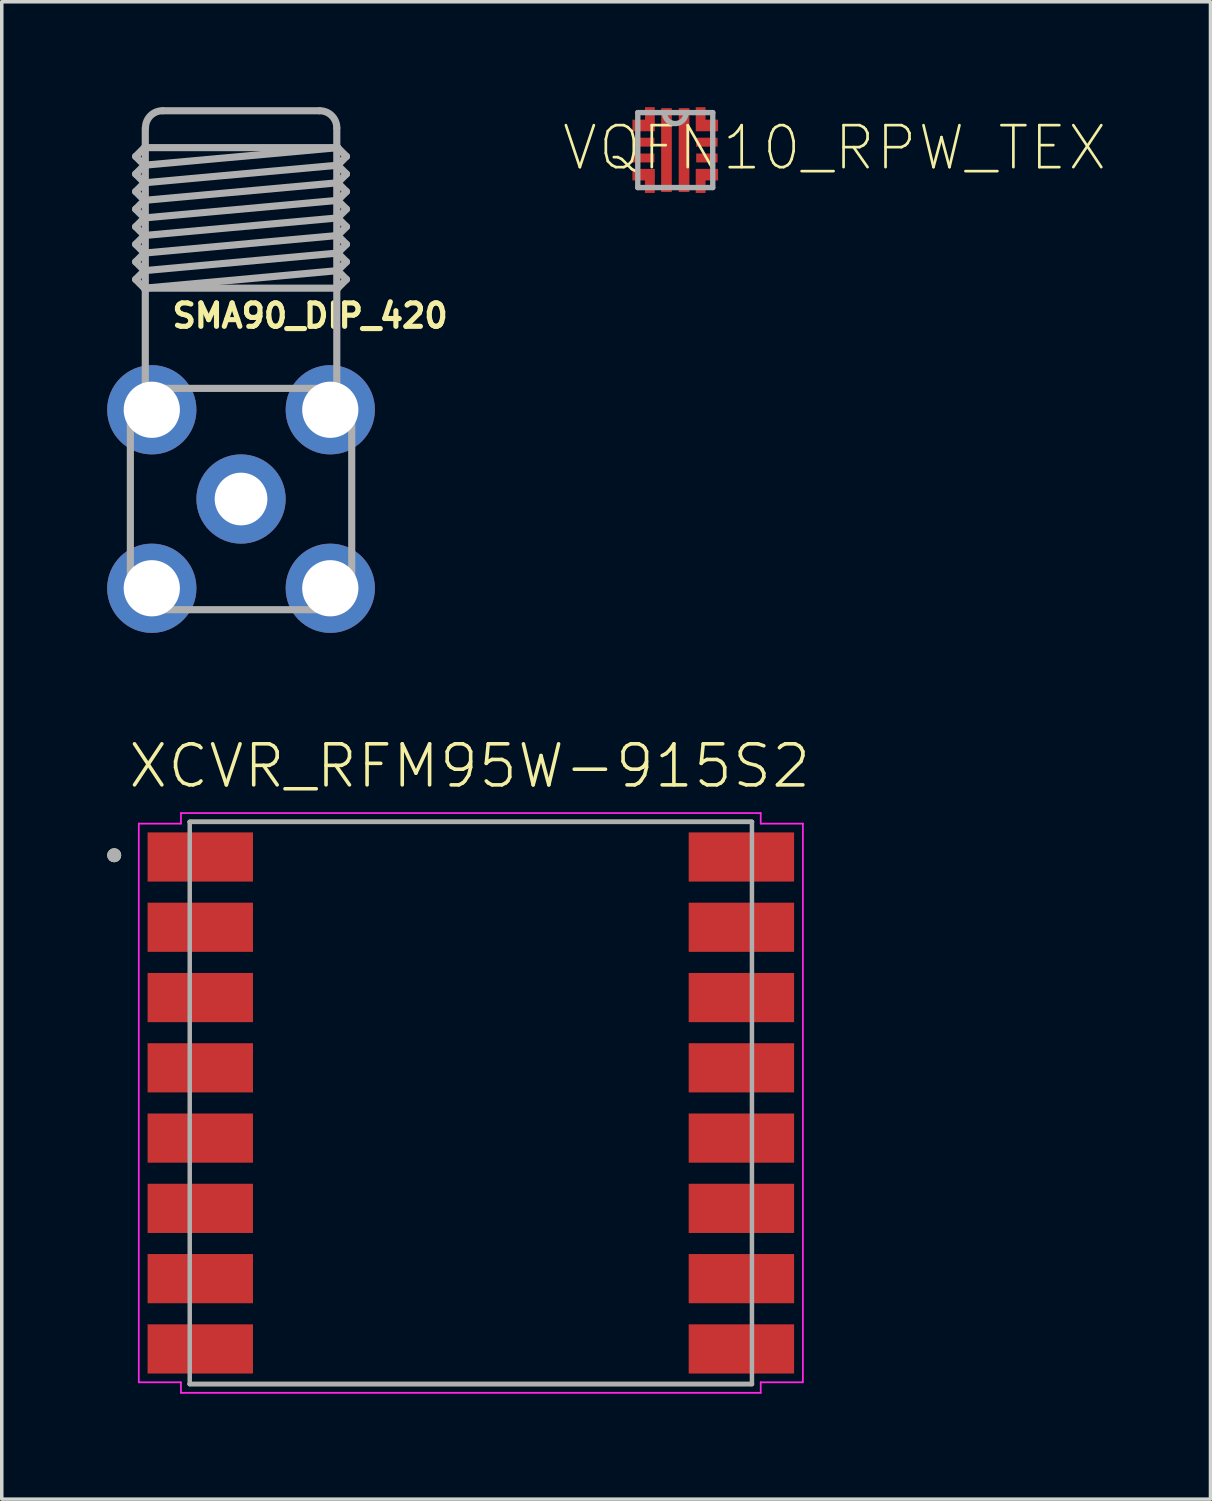
<source format=kicad_pcb>
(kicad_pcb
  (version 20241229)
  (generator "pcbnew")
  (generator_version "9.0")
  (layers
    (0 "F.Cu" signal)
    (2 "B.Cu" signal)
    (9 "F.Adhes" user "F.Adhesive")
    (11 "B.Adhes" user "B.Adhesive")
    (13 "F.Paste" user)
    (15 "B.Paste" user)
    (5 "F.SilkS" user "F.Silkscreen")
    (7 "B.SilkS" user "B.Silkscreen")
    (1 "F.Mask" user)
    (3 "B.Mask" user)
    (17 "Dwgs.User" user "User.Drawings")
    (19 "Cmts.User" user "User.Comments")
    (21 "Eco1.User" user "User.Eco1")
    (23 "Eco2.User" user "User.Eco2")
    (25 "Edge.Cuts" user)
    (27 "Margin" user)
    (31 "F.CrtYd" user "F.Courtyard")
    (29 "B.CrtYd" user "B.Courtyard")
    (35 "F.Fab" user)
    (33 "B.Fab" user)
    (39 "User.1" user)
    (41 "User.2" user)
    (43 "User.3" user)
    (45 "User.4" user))
  (footprint "XCVR_RFM95W-915S2"
    (layer "F.Cu")
    (at 10.35 28.34)
    (property "Reference" "XCVR_RFM95W-915S2" (at -9.806 -8.905 0) (unlocked yes) (layer "F.SilkS") (effects (font (size 1.168 1.168) (thickness 0.102)) (justify left bottom)))
    (fp_line (start -8 -8) (end 8 -8) (stroke (width 0.127) (type solid)) (layer "F.SilkS"))
    (fp_line (start -8 8) (end 8 8) (stroke (width 0.127) (type solid)) (layer "F.SilkS"))
    (fp_circle (center -10.15 -7.05) (end -10.05 -7.05) (stroke (width 0.2) (type solid)) (fill no) (layer "F.SilkS"))
    (fp_line (start -9.45 -7.95) (end -8.25 -7.95) (stroke (width 0.05) (type solid)) (layer "F.CrtYd"))
    (fp_line (start -9.45 7.95) (end -9.45 -7.95) (stroke (width 0.05) (type solid)) (layer "F.CrtYd"))
    (fp_line (start -8.25 -8.25) (end 8.25 -8.25) (stroke (width 0.05) (type solid)) (layer "F.CrtYd"))
    (fp_line (start -8.25 -7.95) (end -8.25 -8.25) (stroke (width 0.05) (type solid)) (layer "F.CrtYd"))
    (fp_line (start -8.25 7.95) (end -9.45 7.95) (stroke (width 0.05) (type solid)) (layer "F.CrtYd"))
    (fp_line (start -8.25 8.25) (end -8.25 7.95) (stroke (width 0.05) (type solid)) (layer "F.CrtYd"))
    (fp_line (start 8.25 -8.25) (end 8.25 -7.95) (stroke (width 0.05) (type solid)) (layer "F.CrtYd"))
    (fp_line (start 8.25 -7.95) (end 9.45 -7.95) (stroke (width 0.05) (type solid)) (layer "F.CrtYd"))
    (fp_line (start 8.25 7.95) (end 8.25 8.25) (stroke (width 0.05) (type solid)) (layer "F.CrtYd"))
    (fp_line (start 8.25 8.25) (end -8.25 8.25) (stroke (width 0.05) (type solid)) (layer "F.CrtYd"))
    (fp_line (start 9.45 -7.95) (end 9.45 7.95) (stroke (width 0.05) (type solid)) (layer "F.CrtYd"))
    (fp_line (start 9.45 7.95) (end 8.25 7.95) (stroke (width 0.05) (type solid)) (layer "F.CrtYd"))
    (fp_line (start -8 -8) (end 8 -8) (stroke (width 0.127) (type solid)) (layer "F.Fab"))
    (fp_line (start -8 8) (end -8 -8) (stroke (width 0.127) (type solid)) (layer "F.Fab"))
    (fp_line (start 8 -8) (end 8 8) (stroke (width 0.127) (type solid)) (layer "F.Fab"))
    (fp_line (start 8 8) (end -8 8) (stroke (width 0.127) (type solid)) (layer "F.Fab"))
    (fp_circle (center -10.15 -7.05) (end -10.05 -7.05) (stroke (width 0.2) (type solid)) (fill no) (layer "F.Fab"))
    (pad "1" smd rect (at -7.7 -7) (size 3 1.4) (layers "F.Cu" "F.Mask" "F.Paste"))
    (pad "2" smd rect (at -7.7 -5) (size 3 1.4) (layers "F.Cu" "F.Mask" "F.Paste"))
    (pad "3" smd rect (at -7.7 -3) (size 3 1.4) (layers "F.Cu" "F.Mask" "F.Paste"))
    (pad "4" smd rect (at -7.7 -1) (size 3 1.4) (layers "F.Cu" "F.Mask" "F.Paste"))
    (pad "5" smd rect (at -7.7 1) (size 3 1.4) (layers "F.Cu" "F.Mask" "F.Paste"))
    (pad "6" smd rect (at -7.7 3) (size 3 1.4) (layers "F.Cu" "F.Mask" "F.Paste"))
    (pad "7" smd rect (at -7.7 5) (size 3 1.4) (layers "F.Cu" "F.Mask" "F.Paste"))
    (pad "8" smd rect (at -7.7 7) (size 3 1.4) (layers "F.Cu" "F.Mask" "F.Paste"))
    (pad "9" smd rect (at 7.7 7) (size 3 1.4) (layers "F.Cu" "F.Mask" "F.Paste"))
    (pad "10" smd rect (at 7.7 5) (size 3 1.4) (layers "F.Cu" "F.Mask" "F.Paste"))
    (pad "11" smd rect (at 7.7 3) (size 3 1.4) (layers "F.Cu" "F.Mask" "F.Paste"))
    (pad "12" smd rect (at 7.7 1) (size 3 1.4) (layers "F.Cu" "F.Mask" "F.Paste"))
    (pad "13" smd rect (at 7.7 -1) (size 3 1.4) (layers "F.Cu" "F.Mask" "F.Paste"))
    (pad "14" smd rect (at 7.7 -3) (size 3 1.4) (layers "F.Cu" "F.Mask" "F.Paste"))
    (pad "15" smd rect (at 7.7 -5) (size 3 1.4) (layers "F.Cu" "F.Mask" "F.Paste"))
    (pad "16" smd rect (at 7.7 -7) (size 3 1.4) (layers "F.Cu" "F.Mask" "F.Paste")))
  (footprint "SMA90_DIP_420"
    (layer "F.Cu")
    (at 3.81 11.152)
    (property "Reference" "SMA90_DIP_420" (at -2.032 -4.826 0) (unlocked yes) (layer "F.SilkS") (effects (font (size 0.666 0.666) (thickness 0.146)) (justify left bottom)))
    (fp_line (start -3.15 2.52) (end -3.15 -2.52) (stroke (width 0.203) (type solid)) (layer "F.Fab"))
    (fp_line (start -3 -9.75) (end -2.75 -9.5) (stroke (width 0.203) (type solid)) (layer "F.Fab"))
    (fp_line (start -3 -9.25) (end -2.75 -9) (stroke (width 0.203) (type solid)) (layer "F.Fab"))
    (fp_line (start -3 -8.75) (end -2.75 -8.5) (stroke (width 0.203) (type solid)) (layer "F.Fab"))
    (fp_line (start -3 -8.25) (end -2.75 -8) (stroke (width 0.203) (type solid)) (layer "F.Fab"))
    (fp_line (start -3 -7.75) (end -2.75 -7.5) (stroke (width 0.203) (type solid)) (layer "F.Fab"))
    (fp_line (start -3 -7.25) (end -2.75 -7) (stroke (width 0.203) (type solid)) (layer "F.Fab"))
    (fp_line (start -3 -6.75) (end -2.75 -6.5) (stroke (width 0.203) (type solid)) (layer "F.Fab"))
    (fp_line (start -3 -6.25) (end -2.75 -6) (stroke (width 0.203) (type solid)) (layer "F.Fab"))
    (fp_line (start -2.75 -10) (end -3 -9.75) (stroke (width 0.203) (type solid)) (layer "F.Fab"))
    (fp_line (start -2.75 -10) (end 2.75 -10) (stroke (width 0.203) (type solid)) (layer "F.Fab"))
    (fp_line (start -2.75 -9.5) (end -3 -9.25) (stroke (width 0.203) (type solid)) (layer "F.Fab"))
    (fp_line (start -2.75 -9.5) (end 2.75 -10) (stroke (width 0.203) (type solid)) (layer "F.Fab"))
    (fp_line (start -2.75 -9) (end -3 -8.75) (stroke (width 0.203) (type solid)) (layer "F.Fab"))
    (fp_line (start -2.75 -9) (end 2.75 -9.5) (stroke (width 0.203) (type solid)) (layer "F.Fab"))
    (fp_line (start -2.75 -8.5) (end -3 -8.25) (stroke (width 0.203) (type solid)) (layer "F.Fab"))
    (fp_line (start -2.75 -8.5) (end 2.75 -9) (stroke (width 0.203) (type solid)) (layer "F.Fab"))
    (fp_line (start -2.75 -8) (end -3 -7.75) (stroke (width 0.203) (type solid)) (layer "F.Fab"))
    (fp_line (start -2.75 -8) (end 2.75 -8.5) (stroke (width 0.203) (type solid)) (layer "F.Fab"))
    (fp_line (start -2.75 -7.5) (end -3 -7.25) (stroke (width 0.203) (type solid)) (layer "F.Fab"))
    (fp_line (start -2.75 -7.5) (end 2.75 -8) (stroke (width 0.203) (type solid)) (layer "F.Fab"))
    (fp_line (start -2.75 -7) (end -3 -6.75) (stroke (width 0.203) (type solid)) (layer "F.Fab"))
    (fp_line (start -2.75 -7) (end 2.75 -7.5) (stroke (width 0.203) (type solid)) (layer "F.Fab"))
    (fp_line (start -2.75 -6.5) (end -3 -6.25) (stroke (width 0.203) (type solid)) (layer "F.Fab"))
    (fp_line (start -2.75 -6.5) (end 2.75 -7) (stroke (width 0.203) (type solid)) (layer "F.Fab"))
    (fp_line (start -2.75 -6) (end 2.75 -6.5) (stroke (width 0.203) (type solid)) (layer "F.Fab"))
    (fp_line (start -2.75 -6) (end 2.75 -6) (stroke (width 0.203) (type solid)) (layer "F.Fab"))
    (fp_line (start -2.725 -10.55) (end -2.725 -3.15) (stroke (width 0.203) (type solid)) (layer "F.Fab"))
    (fp_line (start -2.52 -3.15) (end 2.52 -3.15) (stroke (width 0.203) (type solid)) (layer "F.Fab"))
    (fp_line (start -2.225 -11.05) (end 2.225 -11.05) (stroke (width 0.203) (type solid)) (layer "F.Fab"))
    (fp_line (start 2.52 3.15) (end -2.52 3.15) (stroke (width 0.203) (type solid)) (layer "F.Fab"))
    (fp_line (start 2.725 -10.55) (end 2.725 -3.15) (stroke (width 0.203) (type solid)) (layer "F.Fab"))
    (fp_line (start 2.75 -10) (end 3 -9.75) (stroke (width 0.203) (type solid)) (layer "F.Fab"))
    (fp_line (start 2.75 -9.5) (end 3 -9.25) (stroke (width 0.203) (type solid)) (layer "F.Fab"))
    (fp_line (start 2.75 -9) (end 3 -8.75) (stroke (width 0.203) (type solid)) (layer "F.Fab"))
    (fp_line (start 2.75 -8.5) (end 3 -8.25) (stroke (width 0.203) (type solid)) (layer "F.Fab"))
    (fp_line (start 2.75 -8) (end 3 -7.75) (stroke (width 0.203) (type solid)) (layer "F.Fab"))
    (fp_line (start 2.75 -7.5) (end 3 -7.25) (stroke (width 0.203) (type solid)) (layer "F.Fab"))
    (fp_line (start 2.75 -7) (end 3 -6.75) (stroke (width 0.203) (type solid)) (layer "F.Fab"))
    (fp_line (start 2.75 -6.5) (end 3 -6.25) (stroke (width 0.203) (type solid)) (layer "F.Fab"))
    (fp_line (start 3 -9.75) (end 2.75 -9.5) (stroke (width 0.203) (type solid)) (layer "F.Fab"))
    (fp_line (start 3 -9.25) (end 2.75 -9) (stroke (width 0.203) (type solid)) (layer "F.Fab"))
    (fp_line (start 3 -8.75) (end 2.75 -8.5) (stroke (width 0.203) (type solid)) (layer "F.Fab"))
    (fp_line (start 3 -8.25) (end 2.75 -8) (stroke (width 0.203) (type solid)) (layer "F.Fab"))
    (fp_line (start 3 -7.75) (end 2.75 -7.5) (stroke (width 0.203) (type solid)) (layer "F.Fab"))
    (fp_line (start 3 -7.25) (end 2.75 -7) (stroke (width 0.203) (type solid)) (layer "F.Fab"))
    (fp_line (start 3 -6.75) (end 2.75 -6.5) (stroke (width 0.203) (type solid)) (layer "F.Fab"))
    (fp_line (start 3 -6.25) (end 2.75 -6) (stroke (width 0.203) (type solid)) (layer "F.Fab"))
    (fp_line (start 3.15 -2.52) (end 3.15 2.52) (stroke (width 0.203) (type solid)) (layer "F.Fab"))
    (fp_arc (start -3.15 -2.52) (mid -2.965477 -2.965477) (end -2.52 -3.15) (stroke (width 0.2032) (type solid)) (layer "F.Fab"))
    (fp_arc (start -2.72 -10.565) (mid -2.577947 -10.907947) (end -2.235 -11.05) (stroke (width 0.2032) (type solid)) (layer "F.Fab"))
    (fp_arc (start -2.52 3.15) (mid -2.965477 2.965477) (end -3.15 2.52) (stroke (width 0.2032) (type solid)) (layer "F.Fab"))
    (fp_arc (start 2.24 -11.05) (mid 2.582947 -10.907947) (end 2.725 -10.565) (stroke (width 0.2032) (type solid)) (layer "F.Fab"))
    (fp_arc (start 2.52 -3.15) (mid 2.965477 -2.965477) (end 3.15 -2.52) (stroke (width 0.2032) (type solid)) (layer "F.Fab"))
    (fp_arc (start 3.15 2.52) (mid 2.965477 2.965477) (end 2.52 3.15) (stroke (width 0.2032) (type solid)) (layer "F.Fab"))
    (pad "ANTENNA" thru_hole circle (at 0 0) (size 2.54 2.54) (drill 1.5) (layers "*.Cu" "*.Mask"))
    (pad "GND1" thru_hole circle (at -2.54 -2.54) (size 2.54 2.54) (drill 1.6) (layers "*.Cu" "*.Mask"))
    (pad "GND2" thru_hole circle (at 2.54 -2.54) (size 2.54 2.54) (drill 1.6) (layers "*.Cu" "*.Mask"))
    (pad "GND3" thru_hole circle (at -2.54 2.54) (size 2.54 2.54) (drill 1.6) (layers "*.Cu" "*.Mask"))
    (pad "GND4" thru_hole circle (at 2.54 2.54) (size 2.54 2.54) (drill 1.6) (layers "*.Cu" "*.Mask")))
  (footprint "VQFN10_RPW_TEX"
    (layer "F.Cu")
    (at 16.168 1.221)
    (property "Reference" "VQFN10_RPW_TEX" (at -3.277 0.635 0) (unlocked yes) (layer "F.SilkS") (effects (font (size 1.194 1.194) (thickness 0.076)) (justify left bottom)))
    (fp_poly (pts (xy -0.583 -0.535) (xy -1.218 -0.535) (xy -1.218 -0.865) (xy -0.862 -0.865) (xy -0.862 -1.221) (xy -0.583 -1.221)) (stroke (width 0) (type default)) (fill yes) (layer "F.Cu"))
    (fp_poly (pts (xy -0.583 1.221) (xy -0.862 1.221) (xy -0.862 0.865) (xy -1.218 0.865) (xy -1.218 0.535) (xy -0.583 0.535)) (stroke (width 0) (type default)) (fill yes) (layer "F.Cu"))
    (fp_poly (pts (xy 0.862 -0.865) (xy 1.218 -0.865) (xy 1.218 -0.535) (xy 0.583 -0.535) (xy 0.582 -1.221) (xy 0.862 -1.221)) (stroke (width 0) (type default)) (fill yes) (layer "F.Cu"))
    (fp_poly (pts (xy 1.218 0.865) (xy 0.862 0.865) (xy 0.862 1.221) (xy 0.582 1.221) (xy 0.583 0.535) (xy 1.218 0.535)) (stroke (width 0) (type default)) (fill yes) (layer "F.Cu"))
    (fp_poly (pts (xy -0.583 -0.535) (xy -1.218 -0.535) (xy -1.218 -0.865) (xy -0.862 -0.865) (xy -0.862 -1.221) (xy -0.583 -1.221)) (stroke (width 0) (type default)) (fill yes) (layer "F.Mask"))
    (fp_poly (pts (xy -0.583 1.221) (xy -0.862 1.221) (xy -0.862 0.865) (xy -1.218 0.865) (xy -1.218 0.535) (xy -0.583 0.535)) (stroke (width 0) (type default)) (fill yes) (layer "F.Mask"))
    (fp_poly (pts (xy 0.862 -0.865) (xy 1.218 -0.865) (xy 1.218 -0.535) (xy 0.583 -0.535) (xy 0.582 -1.221) (xy 0.862 -1.221)) (stroke (width 0) (type default)) (fill yes) (layer "F.Mask"))
    (fp_poly (pts (xy 1.218 0.865) (xy 0.862 0.865) (xy 0.862 1.221) (xy 0.582 1.221) (xy 0.583 0.535) (xy 1.218 0.535)) (stroke (width 0) (type default)) (fill yes) (layer "F.Mask"))
    (fp_poly (pts (xy -0.583 -0.535) (xy -1.218 -0.535) (xy -1.218 -0.865) (xy -0.862 -0.865) (xy -0.862 -1.221) (xy -0.583 -1.221)) (stroke (width 0) (type default)) (fill yes) (layer "F.Paste"))
    (fp_poly (pts (xy -0.583 1.221) (xy -0.862 1.221) (xy -0.862 0.865) (xy -1.218 0.865) (xy -1.218 0.535) (xy -0.583 0.535)) (stroke (width 0) (type default)) (fill yes) (layer "F.Paste"))
    (fp_poly (pts (xy 0.862 -0.865) (xy 1.218 -0.865) (xy 1.218 -0.535) (xy 0.583 -0.535) (xy 0.582 -1.221) (xy 0.862 -1.221)) (stroke (width 0) (type default)) (fill yes) (layer "F.Paste"))
    (fp_poly (pts (xy 1.218 0.865) (xy 0.862 0.865) (xy 0.862 1.221) (xy 0.582 1.221) (xy 0.583 0.535) (xy 1.218 0.535)) (stroke (width 0) (type default)) (fill yes) (layer "F.Paste"))
    (fp_line (start -1.067 -1.067) (end -1.067 1.067) (stroke (width 0.152) (type solid)) (layer "F.Fab"))
    (fp_line (start -1.067 1.067) (end 1.067 1.067) (stroke (width 0.152) (type solid)) (layer "F.Fab"))
    (fp_line (start 0.305 -1.067) (end -1.067 -1.067) (stroke (width 0.152) (type solid)) (layer "F.Fab"))
    (fp_line (start 1.067 -1.067) (end 0.305 -1.067) (stroke (width 0.152) (type solid)) (layer "F.Fab"))
    (fp_line (start 1.067 1.067) (end 1.067 -1.067) (stroke (width 0.152) (type solid)) (layer "F.Fab"))
    (fp_arc (start 0.3048 -1.0668) (mid 0.0127 -0.7493) (end -0.3048 -1.0414) (stroke (width 0.1524) (type solid)) (layer "F.Fab"))
    (pad "1" smd rect (at -0.9 -0.7) (size 0.61 0.305) (layers "F.Cu" "F.Mask" "F.Paste"))
    (pad "2" smd rect (at -0.9 -0.225) (size 0.61 0.254) (layers "F.Cu" "F.Mask" "F.Paste"))
    (pad "3" smd rect (at -0.9 0.225) (size 0.61 0.254) (layers "F.Cu" "F.Mask" "F.Paste"))
    (pad "4" smd rect (at -0.9 0.7) (size 0.61 0.305) (layers "F.Cu" "F.Mask" "F.Paste"))
    (pad "5" smd rect (at -0.25 0) (size 0.305 2.388) (layers "F.Cu" "F.Mask" "F.Paste"))
    (pad "6" smd rect (at 0.25 0) (size 0.305 2.388) (layers "F.Cu" "F.Mask" "F.Paste"))
    (pad "7" smd rect (at 0.9 0.7) (size 0.61 0.305) (layers "F.Cu" "F.Mask" "F.Paste"))
    (pad "8" smd rect (at 0.9 0.225) (size 0.61 0.254) (layers "F.Cu" "F.Mask" "F.Paste"))
    (pad "9" smd rect (at 0.9 -0.225) (size 0.61 0.254) (layers "F.Cu" "F.Mask" "F.Paste"))
    (pad "10" smd rect (at 0.9 -0.7) (size 0.61 0.305) (layers "F.Cu" "F.Mask" "F.Paste")))
  (gr_rect
    (start -3 -3)
    (end 31.4 39.615)
    (stroke (width 0.1) (type default))
    (fill no)
    (layer "Edge.Cuts")))
</source>
